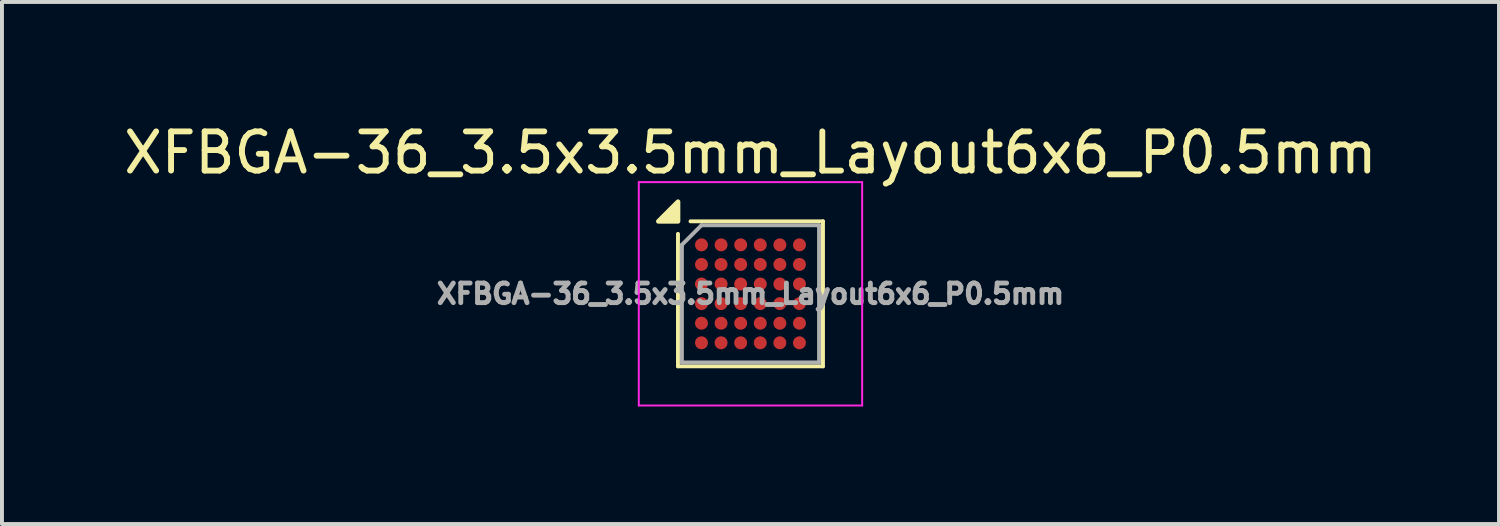
<source format=kicad_pcb>
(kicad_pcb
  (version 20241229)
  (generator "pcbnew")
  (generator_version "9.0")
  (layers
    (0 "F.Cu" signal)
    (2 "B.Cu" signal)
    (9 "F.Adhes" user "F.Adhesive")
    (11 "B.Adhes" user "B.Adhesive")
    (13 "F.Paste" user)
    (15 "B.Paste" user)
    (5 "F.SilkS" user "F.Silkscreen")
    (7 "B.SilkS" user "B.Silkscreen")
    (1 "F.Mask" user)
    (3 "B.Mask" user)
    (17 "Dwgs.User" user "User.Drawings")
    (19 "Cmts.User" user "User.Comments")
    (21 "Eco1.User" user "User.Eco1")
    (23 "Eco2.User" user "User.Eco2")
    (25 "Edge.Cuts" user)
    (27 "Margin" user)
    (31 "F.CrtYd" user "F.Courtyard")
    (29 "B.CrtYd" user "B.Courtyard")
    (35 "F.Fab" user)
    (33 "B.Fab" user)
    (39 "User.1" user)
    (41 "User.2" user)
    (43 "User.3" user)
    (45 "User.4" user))
  (footprint "XFBGA-36_3.5x3.5mm_Layout6x6_P0.5mm"
    (layer "F.Cu")
    (at 16.101 4.448)
    (property "Reference" "XFBGA-36_3.5x3.5mm_Layout6x6_P0.5mm" (at 0 -3.6 0) (layer "F.SilkS") (effects (font (size 1 1) (thickness 0.15))))
    (attr smd)
    (fp_line (start -1.85 1.85) (end -1.85 -1.53) (stroke (width 0.1) (type solid)) (layer "F.SilkS"))
    (fp_line (start -1.85 1.85) (end 1.85 1.85) (stroke (width 0.1) (type solid)) (layer "F.SilkS"))
    (fp_line (start -1.53 -1.85) (end 1.85 -1.85) (stroke (width 0.1) (type solid)) (layer "F.SilkS"))
    (fp_line (start 1.85 1.85) (end 1.85 -1.85) (stroke (width 0.1) (type solid)) (layer "F.SilkS"))
    (fp_poly (pts (xy -1.85 -1.85) (xy -2.35 -1.85) (xy -1.85 -2.35) (xy -1.85 -1.85)) (stroke (width 0.12) (type solid)) (fill yes) (layer "F.SilkS"))
    (fp_line (start -2.85 -2.85) (end 2.85 -2.85) (stroke (width 0.05) (type solid)) (layer "F.CrtYd"))
    (fp_line (start -2.85 2.85) (end -2.85 -2.85) (stroke (width 0.05) (type solid)) (layer "F.CrtYd"))
    (fp_line (start -2.85 2.85) (end 2.85 2.85) (stroke (width 0.05) (type solid)) (layer "F.CrtYd"))
    (fp_line (start 2.85 2.85) (end 2.85 -2.85) (stroke (width 0.05) (type solid)) (layer "F.CrtYd"))
    (fp_line (start -1.75 -1.25) (end -1.25 -1.75) (stroke (width 0.1) (type solid)) (layer "F.Fab"))
    (fp_line (start -1.75 1.75) (end -1.75 -1.25) (stroke (width 0.1) (type solid)) (layer "F.Fab"))
    (fp_line (start -1.75 1.75) (end 1.75 1.75) (stroke (width 0.1) (type solid)) (layer "F.Fab"))
    (fp_line (start -1.25 -1.75) (end 1.75 -1.75) (stroke (width 0.1) (type solid)) (layer "F.Fab"))
    (fp_line (start 1.75 1.75) (end 1.75 -1.75) (stroke (width 0.1) (type solid)) (layer "F.Fab"))
    (fp_text user "${REFERENCE}" (at 0 0 0) (layer "F.Fab") (effects (font (size 0.5 0.5) (thickness 0.125))))
    (pad "A1" smd circle (at -1.25 -1.25) (size 0.33 0.33) (property pad_prop_bga) (layers "F.Cu" "F.Mask" "F.Paste"))
    (pad "A2" smd circle (at -0.75 -1.25) (size 0.33 0.33) (property pad_prop_bga) (layers "F.Cu" "F.Mask" "F.Paste"))
    (pad "A3" smd circle (at -0.25 -1.25) (size 0.33 0.33) (property pad_prop_bga) (layers "F.Cu" "F.Mask" "F.Paste"))
    (pad "A4" smd circle (at 0.25 -1.25) (size 0.33 0.33) (property pad_prop_bga) (layers "F.Cu" "F.Mask" "F.Paste"))
    (pad "A5" smd circle (at 0.75 -1.25) (size 0.33 0.33) (property pad_prop_bga) (layers "F.Cu" "F.Mask" "F.Paste"))
    (pad "A6" smd circle (at 1.25 -1.25) (size 0.33 0.33) (property pad_prop_bga) (layers "F.Cu" "F.Mask" "F.Paste"))
    (pad "B1" smd circle (at -1.25 -0.75) (size 0.33 0.33) (property pad_prop_bga) (layers "F.Cu" "F.Mask" "F.Paste"))
    (pad "B2" smd circle (at -0.75 -0.75) (size 0.33 0.33) (property pad_prop_bga) (layers "F.Cu" "F.Mask" "F.Paste"))
    (pad "B3" smd circle (at -0.25 -0.75) (size 0.33 0.33) (property pad_prop_bga) (layers "F.Cu" "F.Mask" "F.Paste"))
    (pad "B4" smd circle (at 0.25 -0.75) (size 0.33 0.33) (property pad_prop_bga) (layers "F.Cu" "F.Mask" "F.Paste"))
    (pad "B5" smd circle (at 0.75 -0.75) (size 0.33 0.33) (property pad_prop_bga) (layers "F.Cu" "F.Mask" "F.Paste"))
    (pad "B6" smd circle (at 1.25 -0.75) (size 0.33 0.33) (property pad_prop_bga) (layers "F.Cu" "F.Mask" "F.Paste"))
    (pad "C1" smd circle (at -1.25 -0.25) (size 0.33 0.33) (property pad_prop_bga) (layers "F.Cu" "F.Mask" "F.Paste"))
    (pad "C2" smd circle (at -0.75 -0.25) (size 0.33 0.33) (property pad_prop_bga) (layers "F.Cu" "F.Mask" "F.Paste"))
    (pad "C3" smd circle (at -0.25 -0.25) (size 0.33 0.33) (property pad_prop_bga) (layers "F.Cu" "F.Mask" "F.Paste"))
    (pad "C4" smd circle (at 0.25 -0.25) (size 0.33 0.33) (property pad_prop_bga) (layers "F.Cu" "F.Mask" "F.Paste"))
    (pad "C5" smd circle (at 0.75 -0.25) (size 0.33 0.33) (property pad_prop_bga) (layers "F.Cu" "F.Mask" "F.Paste"))
    (pad "C6" smd circle (at 1.25 -0.25) (size 0.33 0.33) (property pad_prop_bga) (layers "F.Cu" "F.Mask" "F.Paste"))
    (pad "D1" smd circle (at -1.25 0.25) (size 0.33 0.33) (property pad_prop_bga) (layers "F.Cu" "F.Mask" "F.Paste"))
    (pad "D2" smd circle (at -0.75 0.25) (size 0.33 0.33) (property pad_prop_bga) (layers "F.Cu" "F.Mask" "F.Paste"))
    (pad "D3" smd circle (at -0.25 0.25) (size 0.33 0.33) (property pad_prop_bga) (layers "F.Cu" "F.Mask" "F.Paste"))
    (pad "D4" smd circle (at 0.25 0.25) (size 0.33 0.33) (property pad_prop_bga) (layers "F.Cu" "F.Mask" "F.Paste"))
    (pad "D5" smd circle (at 0.75 0.25) (size 0.33 0.33) (property pad_prop_bga) (layers "F.Cu" "F.Mask" "F.Paste"))
    (pad "D6" smd circle (at 1.25 0.25) (size 0.33 0.33) (property pad_prop_bga) (layers "F.Cu" "F.Mask" "F.Paste"))
    (pad "E1" smd circle (at -1.25 0.75) (size 0.33 0.33) (property pad_prop_bga) (layers "F.Cu" "F.Mask" "F.Paste"))
    (pad "E2" smd circle (at -0.75 0.75) (size 0.33 0.33) (property pad_prop_bga) (layers "F.Cu" "F.Mask" "F.Paste"))
    (pad "E3" smd circle (at -0.25 0.75) (size 0.33 0.33) (property pad_prop_bga) (layers "F.Cu" "F.Mask" "F.Paste"))
    (pad "E4" smd circle (at 0.25 0.75) (size 0.33 0.33) (property pad_prop_bga) (layers "F.Cu" "F.Mask" "F.Paste"))
    (pad "E5" smd circle (at 0.75 0.75) (size 0.33 0.33) (property pad_prop_bga) (layers "F.Cu" "F.Mask" "F.Paste"))
    (pad "E6" smd circle (at 1.25 0.75) (size 0.33 0.33) (property pad_prop_bga) (layers "F.Cu" "F.Mask" "F.Paste"))
    (pad "F1" smd circle (at -1.25 1.25) (size 0.33 0.33) (property pad_prop_bga) (layers "F.Cu" "F.Mask" "F.Paste"))
    (pad "F2" smd circle (at -0.75 1.25) (size 0.33 0.33) (property pad_prop_bga) (layers "F.Cu" "F.Mask" "F.Paste"))
    (pad "F3" smd circle (at -0.25 1.25) (size 0.33 0.33) (property pad_prop_bga) (layers "F.Cu" "F.Mask" "F.Paste"))
    (pad "F4" smd circle (at 0.25 1.25) (size 0.33 0.33) (property pad_prop_bga) (layers "F.Cu" "F.Mask" "F.Paste"))
    (pad "F5" smd circle (at 0.75 1.25) (size 0.33 0.33) (property pad_prop_bga) (layers "F.Cu" "F.Mask" "F.Paste"))
    (pad "F6" smd circle (at 1.25 1.25) (size 0.33 0.33) (property pad_prop_bga) (layers "F.Cu" "F.Mask" "F.Paste")))
  (gr_rect
    (start -3 -3)
    (end 35.202 10.323)
    (stroke (width 0.1) (type default))
    (fill no)
    (layer "Edge.Cuts")))
</source>
